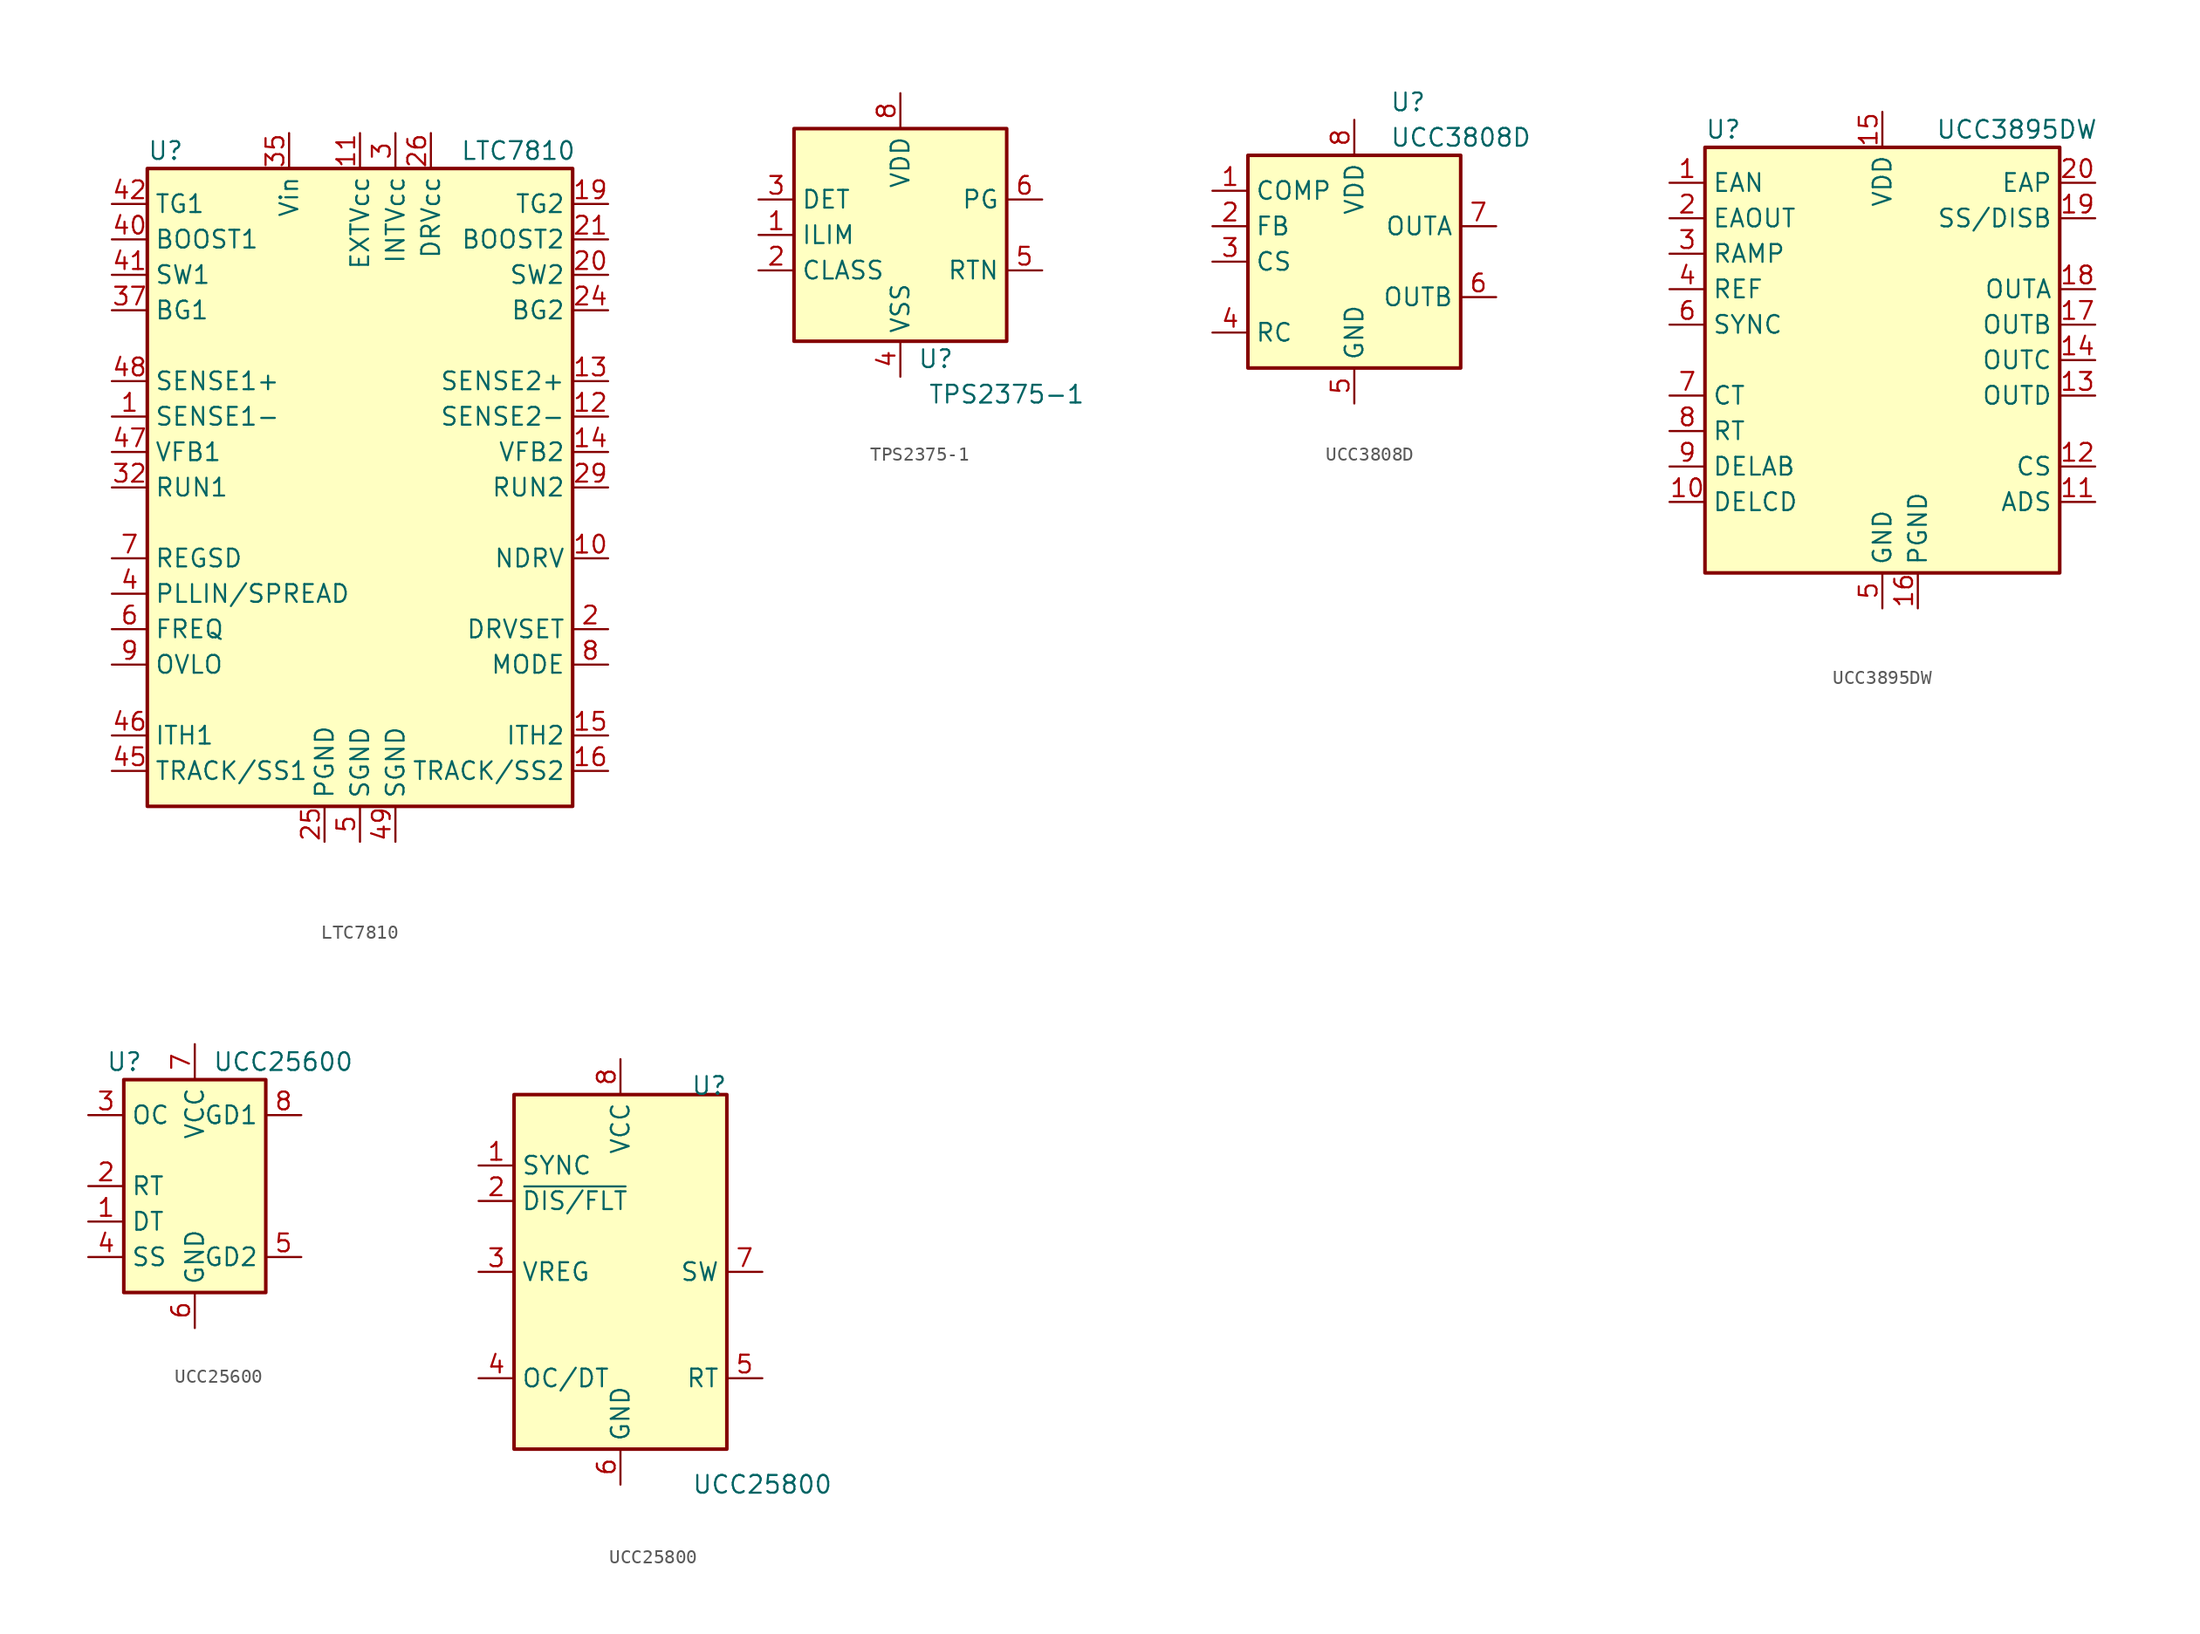
<source format=kicad_sym>
(kicad_symbol_lib
  (version 20231120)
  (generator "kicad_symbol_editor")
  (generator_version "8.0")
  (symbol "LTC7810"
    (property "Reference" "U"
      (at -15.24 24.13 0)
      (effects (font (size 1.27 1.27)) (justify left)))
    (property "Value" "LTC7810"
      (at 15.494 24.13 0)
      (effects (font (size 1.27 1.27)) (justify right)))
    (symbol "LTC7810_0_1"
      (rectangle (start -15.24 22.86) (end 15.24 -22.86) (stroke (width 0.254) (type default)) (fill (type background))))
    (symbol "LTC7810_1_1"
      (pin input line (at -17.78 5.08 0) (length 2.54) (name "SENSE1-" (effects (font (size 1.27 1.27)))) (number "1" (effects (font (size 1.27 1.27)))))
      (pin output line (at 17.78 -5.08 180) (length 2.54) (name "NDRV" (effects (font (size 1.27 1.27)))) (number "10" (effects (font (size 1.27 1.27)))))
      (pin power_in line (at 0 25.4 270) (length 2.54) (name "EXTVcc" (effects (font (size 1.27 1.27)))) (number "11" (effects (font (size 1.27 1.27)))))
      (pin input line (at 17.78 5.08 180) (length 2.54) (name "SENSE2-" (effects (font (size 1.27 1.27)))) (number "12" (effects (font (size 1.27 1.27)))))
      (pin input line (at 17.78 7.62 180) (length 2.54) (name "SENSE2+" (effects (font (size 1.27 1.27)))) (number "13" (effects (font (size 1.27 1.27)))))
      (pin input line (at 17.78 2.54 180) (length 2.54) (name "VFB2" (effects (font (size 1.27 1.27)))) (number "14" (effects (font (size 1.27 1.27)))))
      (pin passive line (at 17.78 -17.78 180) (length 2.54) (name "ITH2" (effects (font (size 1.27 1.27)))) (number "15" (effects (font (size 1.27 1.27)))))
      (pin input line (at 17.78 -20.32 180) (length 2.54) (name "TRACK/SS2" (effects (font (size 1.27 1.27)))) (number "16" (effects (font (size 1.27 1.27)))))
      (pin output line (at 17.78 20.32 180) (length 2.54) (name "TG2" (effects (font (size 1.27 1.27)))) (number "19" (effects (font (size 1.27 1.27)))))
      (pin input line (at 17.78 -10.16 180) (length 2.54) (name "DRVSET" (effects (font (size 1.27 1.27)))) (number "2" (effects (font (size 1.27 1.27)))))
      (pin output line (at 17.78 15.24 180) (length 2.54) (name "SW2" (effects (font (size 1.27 1.27)))) (number "20" (effects (font (size 1.27 1.27)))))
      (pin output line (at 17.78 17.78 180) (length 2.54) (name "BOOST2" (effects (font (size 1.27 1.27)))) (number "21" (effects (font (size 1.27 1.27)))))
      (pin output line (at 17.78 12.7 180) (length 2.54) (name "BG2" (effects (font (size 1.27 1.27)))) (number "24" (effects (font (size 1.27 1.27)))))
      (pin power_in line (at -2.54 -25.4 90) (length 2.54) (name "PGND" (effects (font (size 1.27 1.27)))) (number "25" (effects (font (size 1.27 1.27)))))
      (pin power_out line (at 5.08 25.4 270) (length 2.54) (name "DRVcc" (effects (font (size 1.27 1.27)))) (number "26" (effects (font (size 1.27 1.27)))))
      (pin input line (at 17.78 0 180) (length 2.54) (name "RUN2" (effects (font (size 1.27 1.27)))) (number "29" (effects (font (size 1.27 1.27)))))
      (pin power_out line (at 2.54 25.4 270) (length 2.54) (name "INTVcc" (effects (font (size 1.27 1.27)))) (number "3" (effects (font (size 1.27 1.27)))))
      (pin input line (at -17.78 0 0) (length 2.54) (name "RUN1" (effects (font (size 1.27 1.27)))) (number "32" (effects (font (size 1.27 1.27)))))
      (pin power_in line (at -5.08 25.4 270) (length 2.54) (name "Vin" (effects (font (size 1.27 1.27)))) (number "35" (effects (font (size 1.27 1.27)))))
      (pin output line (at -17.78 12.7 0) (length 2.54) (name "BG1" (effects (font (size 1.27 1.27)))) (number "37" (effects (font (size 1.27 1.27)))))
      (pin input line (at -17.78 -7.62 0) (length 2.54) (name "PLLIN/SPREAD" (effects (font (size 1.27 1.27)))) (number "4" (effects (font (size 1.27 1.27)))))
      (pin output line (at -17.78 17.78 0) (length 2.54) (name "BOOST1" (effects (font (size 1.27 1.27)))) (number "40" (effects (font (size 1.27 1.27)))))
      (pin output line (at -17.78 15.24 0) (length 2.54) (name "SW1" (effects (font (size 1.27 1.27)))) (number "41" (effects (font (size 1.27 1.27)))))
      (pin output line (at -17.78 20.32 0) (length 2.54) (name "TG1" (effects (font (size 1.27 1.27)))) (number "42" (effects (font (size 1.27 1.27)))))
      (pin input line (at -17.78 -20.32 0) (length 2.54) (name "TRACK/SS1" (effects (font (size 1.27 1.27)))) (number "45" (effects (font (size 1.27 1.27)))))
      (pin passive line (at -17.78 -17.78 0) (length 2.54) (name "ITH1" (effects (font (size 1.27 1.27)))) (number "46" (effects (font (size 1.27 1.27)))))
      (pin input line (at -17.78 2.54 0) (length 2.54) (name "VFB1" (effects (font (size 1.27 1.27)))) (number "47" (effects (font (size 1.27 1.27)))))
      (pin input line (at -17.78 7.62 0) (length 2.54) (name "SENSE1+" (effects (font (size 1.27 1.27)))) (number "48" (effects (font (size 1.27 1.27)))))
      (pin power_in line (at 2.54 -25.4 90) (length 2.54) (name "SGND" (effects (font (size 1.27 1.27)))) (number "49" (effects (font (size 1.27 1.27)))))
      (pin power_in line (at 0 -25.4 90) (length 2.54) (name "SGND" (effects (font (size 1.27 1.27)))) (number "5" (effects (font (size 1.27 1.27)))))
      (pin input line (at -17.78 -10.16 0) (length 2.54) (name "FREQ" (effects (font (size 1.27 1.27)))) (number "6" (effects (font (size 1.27 1.27)))))
      (pin passive line (at -17.78 -5.08 0) (length 2.54) (name "REGSD" (effects (font (size 1.27 1.27)))) (number "7" (effects (font (size 1.27 1.27)))))
      (pin input line (at 17.78 -12.7 180) (length 2.54) (name "MODE" (effects (font (size 1.27 1.27)))) (number "8" (effects (font (size 1.27 1.27)))))
      (pin input line (at -17.78 -12.7 0) (length 2.54) (name "OVLO" (effects (font (size 1.27 1.27)))) (number "9" (effects (font (size 1.27 1.27)))))))
  (symbol "TPS2375-1"
    (property "Reference" "U"
      (at 2.54 -8.89 0)
      (effects (font (size 1.27 1.27))))
    (property "Value" "TPS2375-1"
      (at 7.62 -11.43 0)
      (effects (font (size 1.27 1.27))))
    (symbol "TPS2375-1_0_1"
      (rectangle (start -7.62 7.62) (end 7.62 -7.62) (stroke (width 0.254) (type default)) (fill (type background))))
    (symbol "TPS2375-1_1_1"
      (pin passive line (at -10.16 0 0) (length 2.54) (name "ILIM" (effects (font (size 1.27 1.27)))) (number "1" (effects (font (size 1.27 1.27)))))
      (pin passive line (at -10.16 -2.54 0) (length 2.54) (name "CLASS" (effects (font (size 1.27 1.27)))) (number "2" (effects (font (size 1.27 1.27)))))
      (pin passive line (at -10.16 2.54 0) (length 2.54) (name "DET" (effects (font (size 1.27 1.27)))) (number "3" (effects (font (size 1.27 1.27)))))
      (pin power_in line (at 0 -10.16 90) (length 2.54) (name "VSS" (effects (font (size 1.27 1.27)))) (number "4" (effects (font (size 1.27 1.27)))))
      (pin power_out line (at 10.16 -2.54 180) (length 2.54) (name "RTN" (effects (font (size 1.27 1.27)))) (number "5" (effects (font (size 1.27 1.27)))))
      (pin open_collector line (at 10.16 2.54 180) (length 2.54) (name "PG" (effects (font (size 1.27 1.27)))) (number "6" (effects (font (size 1.27 1.27)))))
      (pin no_connect line (at 7.62 0 180) (length 2.54) hide (name "NC" (effects (font (size 1.27 1.27)))) (number "7" (effects (font (size 1.27 1.27)))))
      (pin power_in line (at 0 10.16 270) (length 2.54) (name "VDD" (effects (font (size 1.27 1.27)))) (number "8" (effects (font (size 1.27 1.27)))))))
  (symbol "UCC3808D"
    (property "Reference" "U"
      (at 2.54 11.43 0)
      (effects (font (size 1.27 1.27)) (justify left)))
    (property "Value" "UCC3808D"
      (at 2.54 8.89 0)
      (effects (font (size 1.27 1.27)) (justify left)))
    (symbol "UCC3808D_0_1"
      (rectangle (start -7.62 -7.62) (end 7.62 7.62) (stroke (width 0.254) (type default)) (fill (type background))))
    (symbol "UCC3808D_1_1"
      (pin passive line (at -10.16 5.08 0) (length 2.54) (name "COMP" (effects (font (size 1.27 1.27)))) (number "1" (effects (font (size 1.27 1.27)))))
      (pin input line (at -10.16 2.54 0) (length 2.54) (name "FB" (effects (font (size 1.27 1.27)))) (number "2" (effects (font (size 1.27 1.27)))))
      (pin input line (at -10.16 0 0) (length 2.54) (name "CS" (effects (font (size 1.27 1.27)))) (number "3" (effects (font (size 1.27 1.27)))))
      (pin passive line (at -10.16 -5.08 0) (length 2.54) (name "RC" (effects (font (size 1.27 1.27)))) (number "4" (effects (font (size 1.27 1.27)))))
      (pin power_in line (at 0 -10.16 90) (length 2.54) (name "GND" (effects (font (size 1.27 1.27)))) (number "5" (effects (font (size 1.27 1.27)))))
      (pin output line (at 10.16 -2.54 180) (length 2.54) (name "OUTB" (effects (font (size 1.27 1.27)))) (number "6" (effects (font (size 1.27 1.27)))))
      (pin output line (at 10.16 2.54 180) (length 2.54) (name "OUTA" (effects (font (size 1.27 1.27)))) (number "7" (effects (font (size 1.27 1.27)))))
      (pin power_in line (at 0 10.16 270) (length 2.54) (name "VDD" (effects (font (size 1.27 1.27)))) (number "8" (effects (font (size 1.27 1.27)))))))
  (symbol "UCC3895DW"
    (property "Reference" "U"
      (at -12.7 16.51 0)
      (effects (font (size 1.27 1.27)) (justify left)))
    (property "Value" "UCC3895DW"
      (at 3.81 16.51 0)
      (effects (font (size 1.27 1.27)) (justify left)))
    (symbol "UCC3895DW_0_1"
      (rectangle (start -12.7 15.24) (end 12.7 -15.24) (stroke (width 0.254) (type default)) (fill (type background))))
    (symbol "UCC3895DW_1_1"
      (pin input line (at -15.24 12.7 0) (length 2.54) (name "EAN" (effects (font (size 1.27 1.27)))) (number "1" (effects (font (size 1.27 1.27)))))
      (pin passive line (at -15.24 -10.16 0) (length 2.54) (name "DELCD" (effects (font (size 1.27 1.27)))) (number "10" (effects (font (size 1.27 1.27)))))
      (pin input line (at 15.24 -10.16 180) (length 2.54) (name "ADS" (effects (font (size 1.27 1.27)))) (number "11" (effects (font (size 1.27 1.27)))))
      (pin input line (at 15.24 -7.62 180) (length 2.54) (name "CS" (effects (font (size 1.27 1.27)))) (number "12" (effects (font (size 1.27 1.27)))))
      (pin output line (at 15.24 -2.54 180) (length 2.54) (name "OUTD" (effects (font (size 1.27 1.27)))) (number "13" (effects (font (size 1.27 1.27)))))
      (pin output line (at 15.24 0 180) (length 2.54) (name "OUTC" (effects (font (size 1.27 1.27)))) (number "14" (effects (font (size 1.27 1.27)))))
      (pin power_in line (at 0 17.78 270) (length 2.54) (name "VDD" (effects (font (size 1.27 1.27)))) (number "15" (effects (font (size 1.27 1.27)))))
      (pin power_in line (at 2.54 -17.78 90) (length 2.54) (name "PGND" (effects (font (size 1.27 1.27)))) (number "16" (effects (font (size 1.27 1.27)))))
      (pin output line (at 15.24 2.54 180) (length 2.54) (name "OUTB" (effects (font (size 1.27 1.27)))) (number "17" (effects (font (size 1.27 1.27)))))
      (pin output line (at 15.24 5.08 180) (length 2.54) (name "OUTA" (effects (font (size 1.27 1.27)))) (number "18" (effects (font (size 1.27 1.27)))))
      (pin passive line (at 15.24 10.16 180) (length 2.54) (name "SS/DISB" (effects (font (size 1.27 1.27)))) (number "19" (effects (font (size 1.27 1.27)))))
      (pin bidirectional line (at -15.24 10.16 0) (length 2.54) (name "EAOUT" (effects (font (size 1.27 1.27)))) (number "2" (effects (font (size 1.27 1.27)))))
      (pin input line (at 15.24 12.7 180) (length 2.54) (name "EAP" (effects (font (size 1.27 1.27)))) (number "20" (effects (font (size 1.27 1.27)))))
      (pin input line (at -15.24 7.62 0) (length 2.54) (name "RAMP" (effects (font (size 1.27 1.27)))) (number "3" (effects (font (size 1.27 1.27)))))
      (pin output line (at -15.24 5.08 0) (length 2.54) (name "REF" (effects (font (size 1.27 1.27)))) (number "4" (effects (font (size 1.27 1.27)))))
      (pin power_in line (at 0 -17.78 90) (length 2.54) (name "GND" (effects (font (size 1.27 1.27)))) (number "5" (effects (font (size 1.27 1.27)))))
      (pin bidirectional line (at -15.24 2.54 0) (length 2.54) (name "SYNC" (effects (font (size 1.27 1.27)))) (number "6" (effects (font (size 1.27 1.27)))))
      (pin passive line (at -15.24 -2.54 0) (length 2.54) (name "CT" (effects (font (size 1.27 1.27)))) (number "7" (effects (font (size 1.27 1.27)))))
      (pin passive line (at -15.24 -5.08 0) (length 2.54) (name "RT" (effects (font (size 1.27 1.27)))) (number "8" (effects (font (size 1.27 1.27)))))
      (pin passive line (at -15.24 -7.62 0) (length 2.54) (name "DELAB" (effects (font (size 1.27 1.27)))) (number "9" (effects (font (size 1.27 1.27)))))))
  (symbol "UCC25600"
    (property "Reference" "U"
      (at -6.35 8.89 0)
      (effects (font (size 1.27 1.27)) (justify left)))
    (property "Value" "UCC25600"
      (at 1.27 8.89 0)
      (effects (font (size 1.27 1.27)) (justify left)))
    (symbol "UCC25600_0_0"
      (rectangle (start -5.08 7.62) (end 5.08 -7.62) (stroke (width 0.254) (type default)) (fill (type background))))
    (symbol "UCC25600_1_1"
      (pin passive line (at -7.62 -2.54 0) (length 2.54) (name "DT" (effects (font (size 1.27 1.27)))) (number "1" (effects (font (size 1.27 1.27)))))
      (pin input line (at -7.62 0 0) (length 2.54) (name "RT" (effects (font (size 1.27 1.27)))) (number "2" (effects (font (size 1.27 1.27)))))
      (pin input line (at -7.62 5.08 0) (length 2.54) (name "OC" (effects (font (size 1.27 1.27)))) (number "3" (effects (font (size 1.27 1.27)))))
      (pin passive line (at -7.62 -5.08 0) (length 2.54) (name "SS" (effects (font (size 1.27 1.27)))) (number "4" (effects (font (size 1.27 1.27)))))
      (pin output line (at 7.62 -5.08 180) (length 2.54) (name "GD2" (effects (font (size 1.27 1.27)))) (number "5" (effects (font (size 1.27 1.27)))))
      (pin power_in line (at 0 -10.16 90) (length 2.54) (name "GND" (effects (font (size 1.27 1.27)))) (number "6" (effects (font (size 1.27 1.27)))))
      (pin power_in line (at 0 10.16 270) (length 2.54) (name "VCC" (effects (font (size 1.27 1.27)))) (number "7" (effects (font (size 1.27 1.27)))))
      (pin output line (at 7.62 5.08 180) (length 2.54) (name "GD1" (effects (font (size 1.27 1.27)))) (number "8" (effects (font (size 1.27 1.27)))))))
  (symbol "UCC25800"
    (property "Reference" "U"
      (at 6.35 13.335 0)
      (effects (font (size 1.27 1.27))))
    (property "Value" "UCC25800"
      (at 10.16 -15.24 0)
      (effects (font (size 1.27 1.27))))
    (symbol "UCC25800_0_1"
      (rectangle (start -7.62 12.7) (end 7.62 -12.7) (stroke (width 0.254) (type default)) (fill (type background))))
    (symbol "UCC25800_1_1"
      (pin input line (at -10.16 7.62 0) (length 2.54) (name "SYNC" (effects (font (size 1.27 1.27)))) (number "1" (effects (font (size 1.27 1.27)))))
      (pin bidirectional line (at -10.16 5.08 0) (length 2.54) (name "~{DIS/FLT}" (effects (font (size 1.27 1.27)))) (number "2" (effects (font (size 1.27 1.27)))))
      (pin output line (at -10.16 0 0) (length 2.54) (name "VREG" (effects (font (size 1.27 1.27)))) (number "3" (effects (font (size 1.27 1.27)))))
      (pin input line (at -10.16 -7.62 0) (length 2.54) (name "OC/DT" (effects (font (size 1.27 1.27)))) (number "4" (effects (font (size 1.27 1.27)))))
      (pin passive line (at 10.16 -7.62 180) (length 2.54) (name "RT" (effects (font (size 1.27 1.27)))) (number "5" (effects (font (size 1.27 1.27)))))
      (pin power_in line (at 0 -15.24 90) (length 2.54) (name "GND" (effects (font (size 1.27 1.27)))) (number "6" (effects (font (size 1.27 1.27)))))
      (pin output line (at 10.16 0 180) (length 2.54) (name "SW" (effects (font (size 1.27 1.27)))) (number "7" (effects (font (size 1.27 1.27)))))
      (pin power_in line (at 0 15.24 270) (length 2.54) (name "VCC" (effects (font (size 1.27 1.27)))) (number "8" (effects (font (size 1.27 1.27)))))
      (pin passive line (at 0 -15.24 90) (length 2.54) hide (name "GND" (effects (font (size 1.27 1.27)))) (number "9" (effects (font (size 1.27 1.27))))))))
</source>
